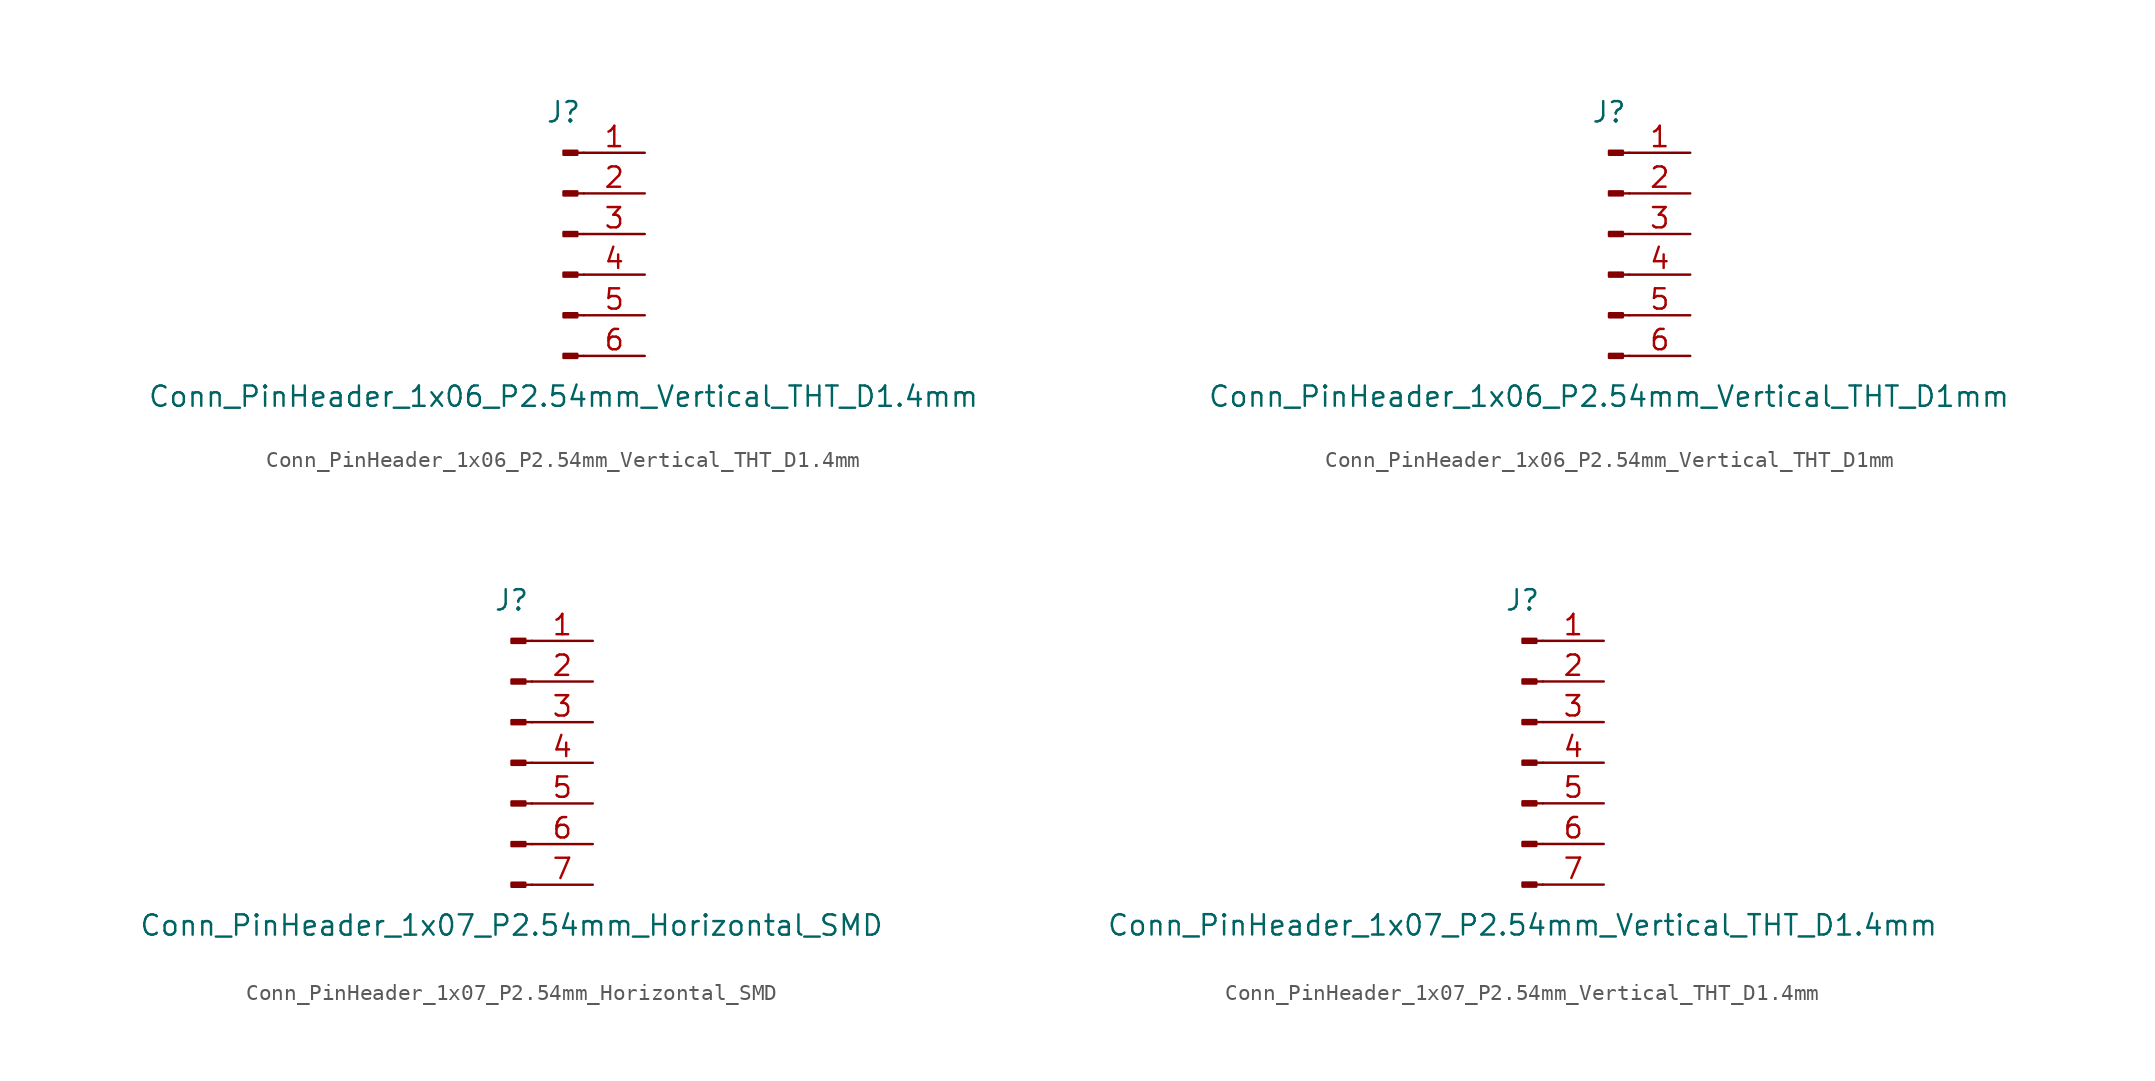
<source format=kicad_sym>
(kicad_symbol_lib
  (version 20211014)
  (generator kicad_symbol_editor)
  (symbol "Conn_PinHeader_1x06_P2.54mm_Vertical_THT_D1.4mm"
    (pin_names
      (offset 1.016) hide)
    (property "Reference" "J"
      (at 0 7.62 0)
      (effects (font (size 1.27 1.27))))
    (property "Value" "Conn_PinHeader_1x06_P2.54mm_Vertical_THT_D1.4mm"
      (at 0 -10.16 0)
      (effects (font (size 1.27 1.27))))
    (symbol "Conn_PinHeader_1x06_P2.54mm_Vertical_THT_D1.4mm_1_1"
      (polyline (pts (xy 1.27 -7.62) (xy 0.864 -7.62)) (stroke (width 0.152) (type default) (color 0 0 0 0)) (fill (type none)))
      (polyline (pts (xy 1.27 -5.08) (xy 0.864 -5.08)) (stroke (width 0.152) (type default) (color 0 0 0 0)) (fill (type none)))
      (polyline (pts (xy 1.27 -2.54) (xy 0.864 -2.54)) (stroke (width 0.152) (type default) (color 0 0 0 0)) (fill (type none)))
      (polyline (pts (xy 1.27 0) (xy 0.864 0)) (stroke (width 0.152) (type default) (color 0 0 0 0)) (fill (type none)))
      (polyline (pts (xy 1.27 2.54) (xy 0.864 2.54)) (stroke (width 0.152) (type default) (color 0 0 0 0)) (fill (type none)))
      (polyline (pts (xy 1.27 5.08) (xy 0.864 5.08)) (stroke (width 0.152) (type default) (color 0 0 0 0)) (fill (type none)))
      (rectangle (start 0.864 -7.493) (end 0 -7.747) (stroke (width 0.152) (type default) (color 0 0 0 0)) (fill (type outline)))
      (rectangle (start 0.864 -4.953) (end 0 -5.207) (stroke (width 0.152) (type default) (color 0 0 0 0)) (fill (type outline)))
      (rectangle (start 0.864 -2.413) (end 0 -2.667) (stroke (width 0.152) (type default) (color 0 0 0 0)) (fill (type outline)))
      (rectangle (start 0.864 0.127) (end 0 -0.127) (stroke (width 0.152) (type default) (color 0 0 0 0)) (fill (type outline)))
      (rectangle (start 0.864 2.667) (end 0 2.413) (stroke (width 0.152) (type default) (color 0 0 0 0)) (fill (type outline)))
      (rectangle (start 0.864 5.207) (end 0 4.953) (stroke (width 0.152) (type default) (color 0 0 0 0)) (fill (type outline)))
      (pin passive line (at 5.08 5.08 180) (length 3.81) (name "Pin_1" (effects (font (size 1.27 1.27)))) (number "1" (effects (font (size 1.27 1.27)))))
      (pin passive line (at 5.08 2.54 180) (length 3.81) (name "Pin_2" (effects (font (size 1.27 1.27)))) (number "2" (effects (font (size 1.27 1.27)))))
      (pin passive line (at 5.08 0 180) (length 3.81) (name "Pin_3" (effects (font (size 1.27 1.27)))) (number "3" (effects (font (size 1.27 1.27)))))
      (pin passive line (at 5.08 -2.54 180) (length 3.81) (name "Pin_4" (effects (font (size 1.27 1.27)))) (number "4" (effects (font (size 1.27 1.27)))))
      (pin passive line (at 5.08 -5.08 180) (length 3.81) (name "Pin_5" (effects (font (size 1.27 1.27)))) (number "5" (effects (font (size 1.27 1.27)))))
      (pin passive line (at 5.08 -7.62 180) (length 3.81) (name "Pin_6" (effects (font (size 1.27 1.27)))) (number "6" (effects (font (size 1.27 1.27)))))))
  (symbol "Conn_PinHeader_1x06_P2.54mm_Vertical_THT_D1mm"
    (pin_names
      (offset 1.016) hide)
    (property "Reference" "J"
      (at 0 7.62 0)
      (effects (font (size 1.27 1.27))))
    (property "Value" "Conn_PinHeader_1x06_P2.54mm_Vertical_THT_D1mm"
      (at 0 -10.16 0)
      (effects (font (size 1.27 1.27))))
    (symbol "Conn_PinHeader_1x06_P2.54mm_Vertical_THT_D1mm_1_1"
      (polyline (pts (xy 1.27 -7.62) (xy 0.864 -7.62)) (stroke (width 0.152) (type default) (color 0 0 0 0)) (fill (type none)))
      (polyline (pts (xy 1.27 -5.08) (xy 0.864 -5.08)) (stroke (width 0.152) (type default) (color 0 0 0 0)) (fill (type none)))
      (polyline (pts (xy 1.27 -2.54) (xy 0.864 -2.54)) (stroke (width 0.152) (type default) (color 0 0 0 0)) (fill (type none)))
      (polyline (pts (xy 1.27 0) (xy 0.864 0)) (stroke (width 0.152) (type default) (color 0 0 0 0)) (fill (type none)))
      (polyline (pts (xy 1.27 2.54) (xy 0.864 2.54)) (stroke (width 0.152) (type default) (color 0 0 0 0)) (fill (type none)))
      (polyline (pts (xy 1.27 5.08) (xy 0.864 5.08)) (stroke (width 0.152) (type default) (color 0 0 0 0)) (fill (type none)))
      (rectangle (start 0.864 -7.493) (end 0 -7.747) (stroke (width 0.152) (type default) (color 0 0 0 0)) (fill (type outline)))
      (rectangle (start 0.864 -4.953) (end 0 -5.207) (stroke (width 0.152) (type default) (color 0 0 0 0)) (fill (type outline)))
      (rectangle (start 0.864 -2.413) (end 0 -2.667) (stroke (width 0.152) (type default) (color 0 0 0 0)) (fill (type outline)))
      (rectangle (start 0.864 0.127) (end 0 -0.127) (stroke (width 0.152) (type default) (color 0 0 0 0)) (fill (type outline)))
      (rectangle (start 0.864 2.667) (end 0 2.413) (stroke (width 0.152) (type default) (color 0 0 0 0)) (fill (type outline)))
      (rectangle (start 0.864 5.207) (end 0 4.953) (stroke (width 0.152) (type default) (color 0 0 0 0)) (fill (type outline)))
      (pin passive line (at 5.08 5.08 180) (length 3.81) (name "Pin_1" (effects (font (size 1.27 1.27)))) (number "1" (effects (font (size 1.27 1.27)))))
      (pin passive line (at 5.08 2.54 180) (length 3.81) (name "Pin_2" (effects (font (size 1.27 1.27)))) (number "2" (effects (font (size 1.27 1.27)))))
      (pin passive line (at 5.08 0 180) (length 3.81) (name "Pin_3" (effects (font (size 1.27 1.27)))) (number "3" (effects (font (size 1.27 1.27)))))
      (pin passive line (at 5.08 -2.54 180) (length 3.81) (name "Pin_4" (effects (font (size 1.27 1.27)))) (number "4" (effects (font (size 1.27 1.27)))))
      (pin passive line (at 5.08 -5.08 180) (length 3.81) (name "Pin_5" (effects (font (size 1.27 1.27)))) (number "5" (effects (font (size 1.27 1.27)))))
      (pin passive line (at 5.08 -7.62 180) (length 3.81) (name "Pin_6" (effects (font (size 1.27 1.27)))) (number "6" (effects (font (size 1.27 1.27)))))))
  (symbol "Conn_PinHeader_1x07_P2.54mm_Horizontal_SMD"
    (pin_names
      (offset 1.016) hide)
    (property "Reference" "J"
      (at 0 10.16 0)
      (effects (font (size 1.27 1.27))))
    (property "Value" "Conn_PinHeader_1x07_P2.54mm_Horizontal_SMD"
      (at 0 -10.16 0)
      (effects (font (size 1.27 1.27))))
    (symbol "Conn_PinHeader_1x07_P2.54mm_Horizontal_SMD_1_1"
      (polyline (pts (xy 1.27 -7.62) (xy 0.864 -7.62)) (stroke (width 0.152) (type default) (color 0 0 0 0)) (fill (type none)))
      (polyline (pts (xy 1.27 -5.08) (xy 0.864 -5.08)) (stroke (width 0.152) (type default) (color 0 0 0 0)) (fill (type none)))
      (polyline (pts (xy 1.27 -2.54) (xy 0.864 -2.54)) (stroke (width 0.152) (type default) (color 0 0 0 0)) (fill (type none)))
      (polyline (pts (xy 1.27 0) (xy 0.864 0)) (stroke (width 0.152) (type default) (color 0 0 0 0)) (fill (type none)))
      (polyline (pts (xy 1.27 2.54) (xy 0.864 2.54)) (stroke (width 0.152) (type default) (color 0 0 0 0)) (fill (type none)))
      (polyline (pts (xy 1.27 5.08) (xy 0.864 5.08)) (stroke (width 0.152) (type default) (color 0 0 0 0)) (fill (type none)))
      (polyline (pts (xy 1.27 7.62) (xy 0.864 7.62)) (stroke (width 0.152) (type default) (color 0 0 0 0)) (fill (type none)))
      (rectangle (start 0.864 -7.493) (end 0 -7.747) (stroke (width 0.152) (type default) (color 0 0 0 0)) (fill (type outline)))
      (rectangle (start 0.864 -4.953) (end 0 -5.207) (stroke (width 0.152) (type default) (color 0 0 0 0)) (fill (type outline)))
      (rectangle (start 0.864 -2.413) (end 0 -2.667) (stroke (width 0.152) (type default) (color 0 0 0 0)) (fill (type outline)))
      (rectangle (start 0.864 0.127) (end 0 -0.127) (stroke (width 0.152) (type default) (color 0 0 0 0)) (fill (type outline)))
      (rectangle (start 0.864 2.667) (end 0 2.413) (stroke (width 0.152) (type default) (color 0 0 0 0)) (fill (type outline)))
      (rectangle (start 0.864 5.207) (end 0 4.953) (stroke (width 0.152) (type default) (color 0 0 0 0)) (fill (type outline)))
      (rectangle (start 0.864 7.747) (end 0 7.493) (stroke (width 0.152) (type default) (color 0 0 0 0)) (fill (type outline)))
      (pin passive line (at 5.08 7.62 180) (length 3.81) (name "Pin_1" (effects (font (size 1.27 1.27)))) (number "1" (effects (font (size 1.27 1.27)))))
      (pin passive line (at 5.08 5.08 180) (length 3.81) (name "Pin_2" (effects (font (size 1.27 1.27)))) (number "2" (effects (font (size 1.27 1.27)))))
      (pin passive line (at 5.08 2.54 180) (length 3.81) (name "Pin_3" (effects (font (size 1.27 1.27)))) (number "3" (effects (font (size 1.27 1.27)))))
      (pin passive line (at 5.08 0 180) (length 3.81) (name "Pin_4" (effects (font (size 1.27 1.27)))) (number "4" (effects (font (size 1.27 1.27)))))
      (pin passive line (at 5.08 -2.54 180) (length 3.81) (name "Pin_5" (effects (font (size 1.27 1.27)))) (number "5" (effects (font (size 1.27 1.27)))))
      (pin passive line (at 5.08 -5.08 180) (length 3.81) (name "Pin_6" (effects (font (size 1.27 1.27)))) (number "6" (effects (font (size 1.27 1.27)))))
      (pin passive line (at 5.08 -7.62 180) (length 3.81) (name "Pin_7" (effects (font (size 1.27 1.27)))) (number "7" (effects (font (size 1.27 1.27)))))))
  (symbol "Conn_PinHeader_1x07_P2.54mm_Vertical_THT_D1.4mm"
    (pin_names
      (offset 1.016) hide)
    (property "Reference" "J"
      (at 0 10.16 0)
      (effects (font (size 1.27 1.27))))
    (property "Value" "Conn_PinHeader_1x07_P2.54mm_Vertical_THT_D1.4mm"
      (at 0 -10.16 0)
      (effects (font (size 1.27 1.27))))
    (symbol "Conn_PinHeader_1x07_P2.54mm_Vertical_THT_D1.4mm_1_1"
      (polyline (pts (xy 1.27 -7.62) (xy 0.864 -7.62)) (stroke (width 0.152) (type default) (color 0 0 0 0)) (fill (type none)))
      (polyline (pts (xy 1.27 -5.08) (xy 0.864 -5.08)) (stroke (width 0.152) (type default) (color 0 0 0 0)) (fill (type none)))
      (polyline (pts (xy 1.27 -2.54) (xy 0.864 -2.54)) (stroke (width 0.152) (type default) (color 0 0 0 0)) (fill (type none)))
      (polyline (pts (xy 1.27 0) (xy 0.864 0)) (stroke (width 0.152) (type default) (color 0 0 0 0)) (fill (type none)))
      (polyline (pts (xy 1.27 2.54) (xy 0.864 2.54)) (stroke (width 0.152) (type default) (color 0 0 0 0)) (fill (type none)))
      (polyline (pts (xy 1.27 5.08) (xy 0.864 5.08)) (stroke (width 0.152) (type default) (color 0 0 0 0)) (fill (type none)))
      (polyline (pts (xy 1.27 7.62) (xy 0.864 7.62)) (stroke (width 0.152) (type default) (color 0 0 0 0)) (fill (type none)))
      (rectangle (start 0.864 -7.493) (end 0 -7.747) (stroke (width 0.152) (type default) (color 0 0 0 0)) (fill (type outline)))
      (rectangle (start 0.864 -4.953) (end 0 -5.207) (stroke (width 0.152) (type default) (color 0 0 0 0)) (fill (type outline)))
      (rectangle (start 0.864 -2.413) (end 0 -2.667) (stroke (width 0.152) (type default) (color 0 0 0 0)) (fill (type outline)))
      (rectangle (start 0.864 0.127) (end 0 -0.127) (stroke (width 0.152) (type default) (color 0 0 0 0)) (fill (type outline)))
      (rectangle (start 0.864 2.667) (end 0 2.413) (stroke (width 0.152) (type default) (color 0 0 0 0)) (fill (type outline)))
      (rectangle (start 0.864 5.207) (end 0 4.953) (stroke (width 0.152) (type default) (color 0 0 0 0)) (fill (type outline)))
      (rectangle (start 0.864 7.747) (end 0 7.493) (stroke (width 0.152) (type default) (color 0 0 0 0)) (fill (type outline)))
      (pin passive line (at 5.08 7.62 180) (length 3.81) (name "Pin_1" (effects (font (size 1.27 1.27)))) (number "1" (effects (font (size 1.27 1.27)))))
      (pin passive line (at 5.08 5.08 180) (length 3.81) (name "Pin_2" (effects (font (size 1.27 1.27)))) (number "2" (effects (font (size 1.27 1.27)))))
      (pin passive line (at 5.08 2.54 180) (length 3.81) (name "Pin_3" (effects (font (size 1.27 1.27)))) (number "3" (effects (font (size 1.27 1.27)))))
      (pin passive line (at 5.08 0 180) (length 3.81) (name "Pin_4" (effects (font (size 1.27 1.27)))) (number "4" (effects (font (size 1.27 1.27)))))
      (pin passive line (at 5.08 -2.54 180) (length 3.81) (name "Pin_5" (effects (font (size 1.27 1.27)))) (number "5" (effects (font (size 1.27 1.27)))))
      (pin passive line (at 5.08 -5.08 180) (length 3.81) (name "Pin_6" (effects (font (size 1.27 1.27)))) (number "6" (effects (font (size 1.27 1.27)))))
      (pin passive line (at 5.08 -7.62 180) (length 3.81) (name "Pin_7" (effects (font (size 1.27 1.27)))) (number "7" (effects (font (size 1.27 1.27))))))))
</source>
